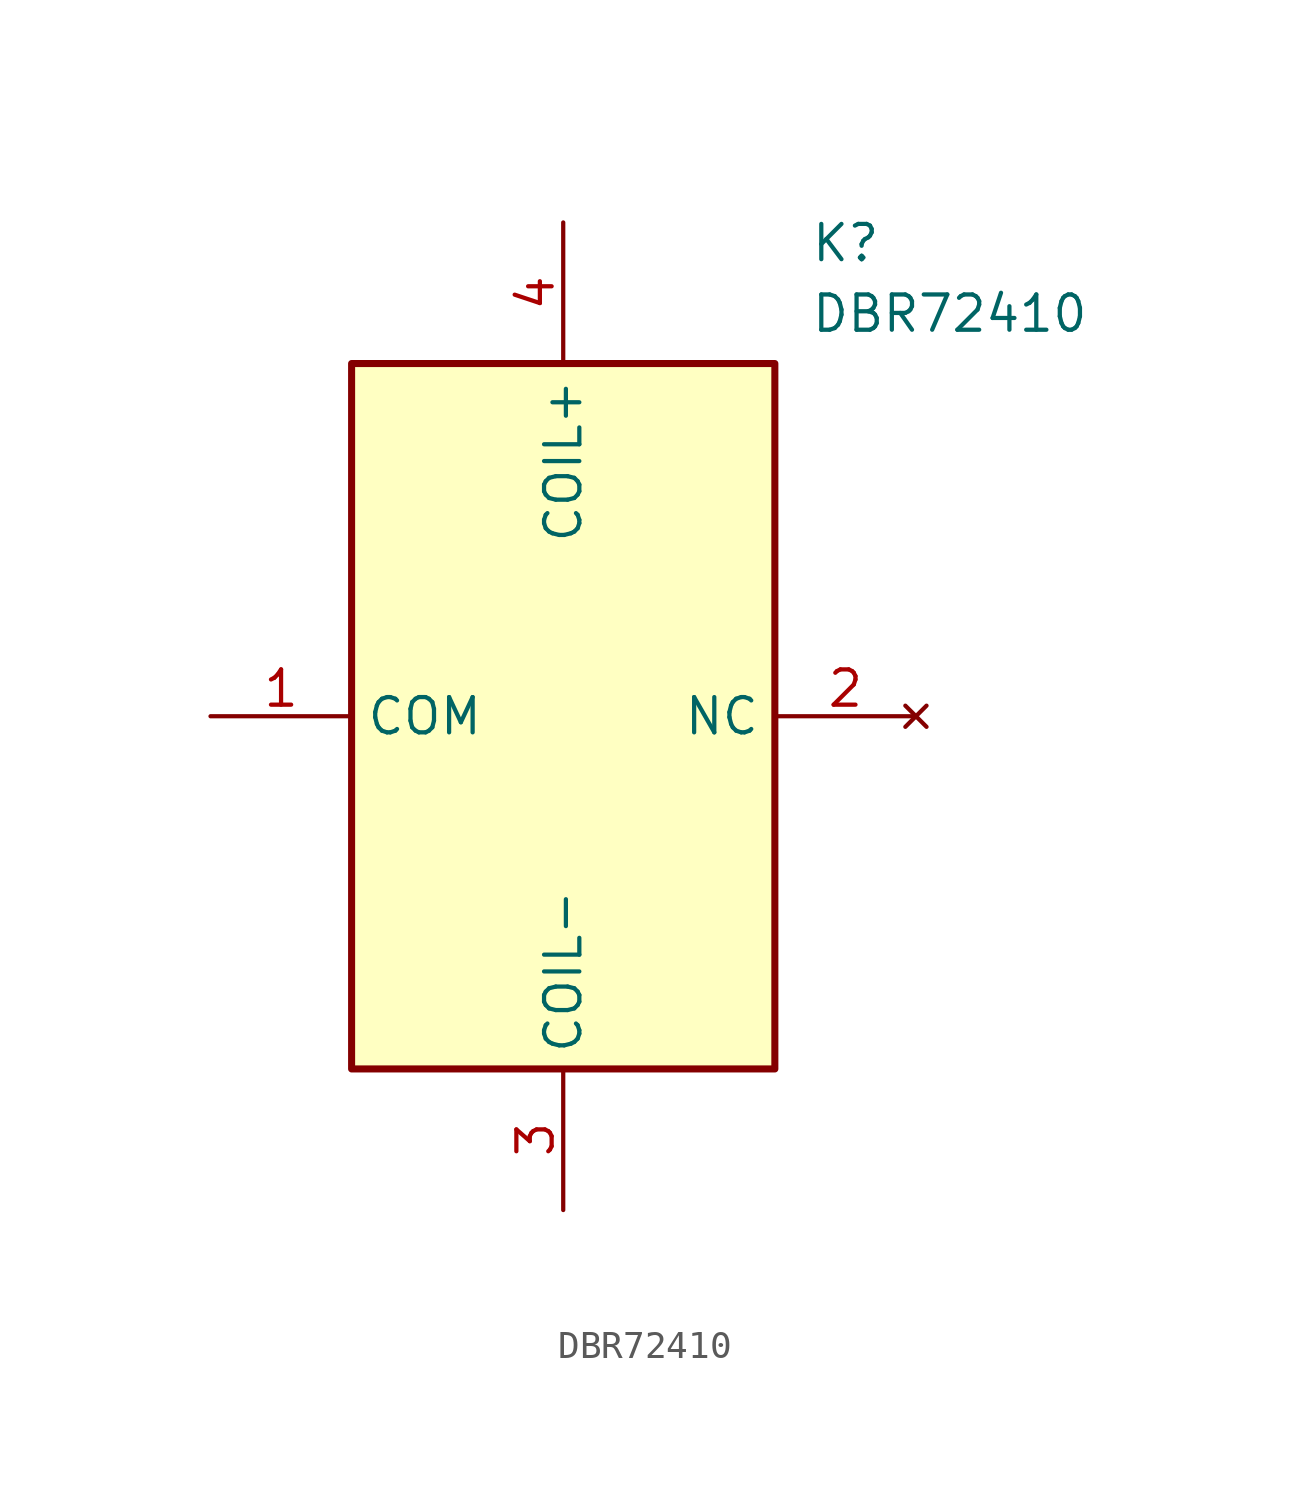
<source format=kicad_sym>
(kicad_symbol_lib
  (version 20211014)
  (generator SamacSys_ECAD_Model)
  (symbol "DBR72410"
    (property "Reference" "K"
      (at 21.59 17.78 0)
      (effects (font (size 1.27 1.27)) (justify left top)))
    (property "Value" "DBR72410"
      (at 21.59 15.24 0)
      (effects (font (size 1.27 1.27)) (justify left top)))
    (rectangle
      (start 5.08 12.7)
      (end 20.32 -12.7)
      (stroke (width 0.254) (type default))
      (fill (type background)))
    (pin passive line
      (at 0 0 0)
      (length 5.08)
      (name "COM" (effects (font (size 1.27 1.27))))
      (number "1" (effects (font (size 1.27 1.27)))))
    (pin no_connect line
      (at 25.4 0 180)
      (length 5.08)
      (name "NC" (effects (font (size 1.27 1.27))))
      (number "2" (effects (font (size 1.27 1.27)))))
    (pin passive line
      (at 12.7 -17.78 90)
      (length 5.08)
      (name "COIL-" (effects (font (size 1.27 1.27))))
      (number "3" (effects (font (size 1.27 1.27)))))
    (pin passive line
      (at 12.7 17.78 270)
      (length 5.08)
      (name "COIL+" (effects (font (size 1.27 1.27))))
      (number "4" (effects (font (size 1.27 1.27)))))))
</source>
